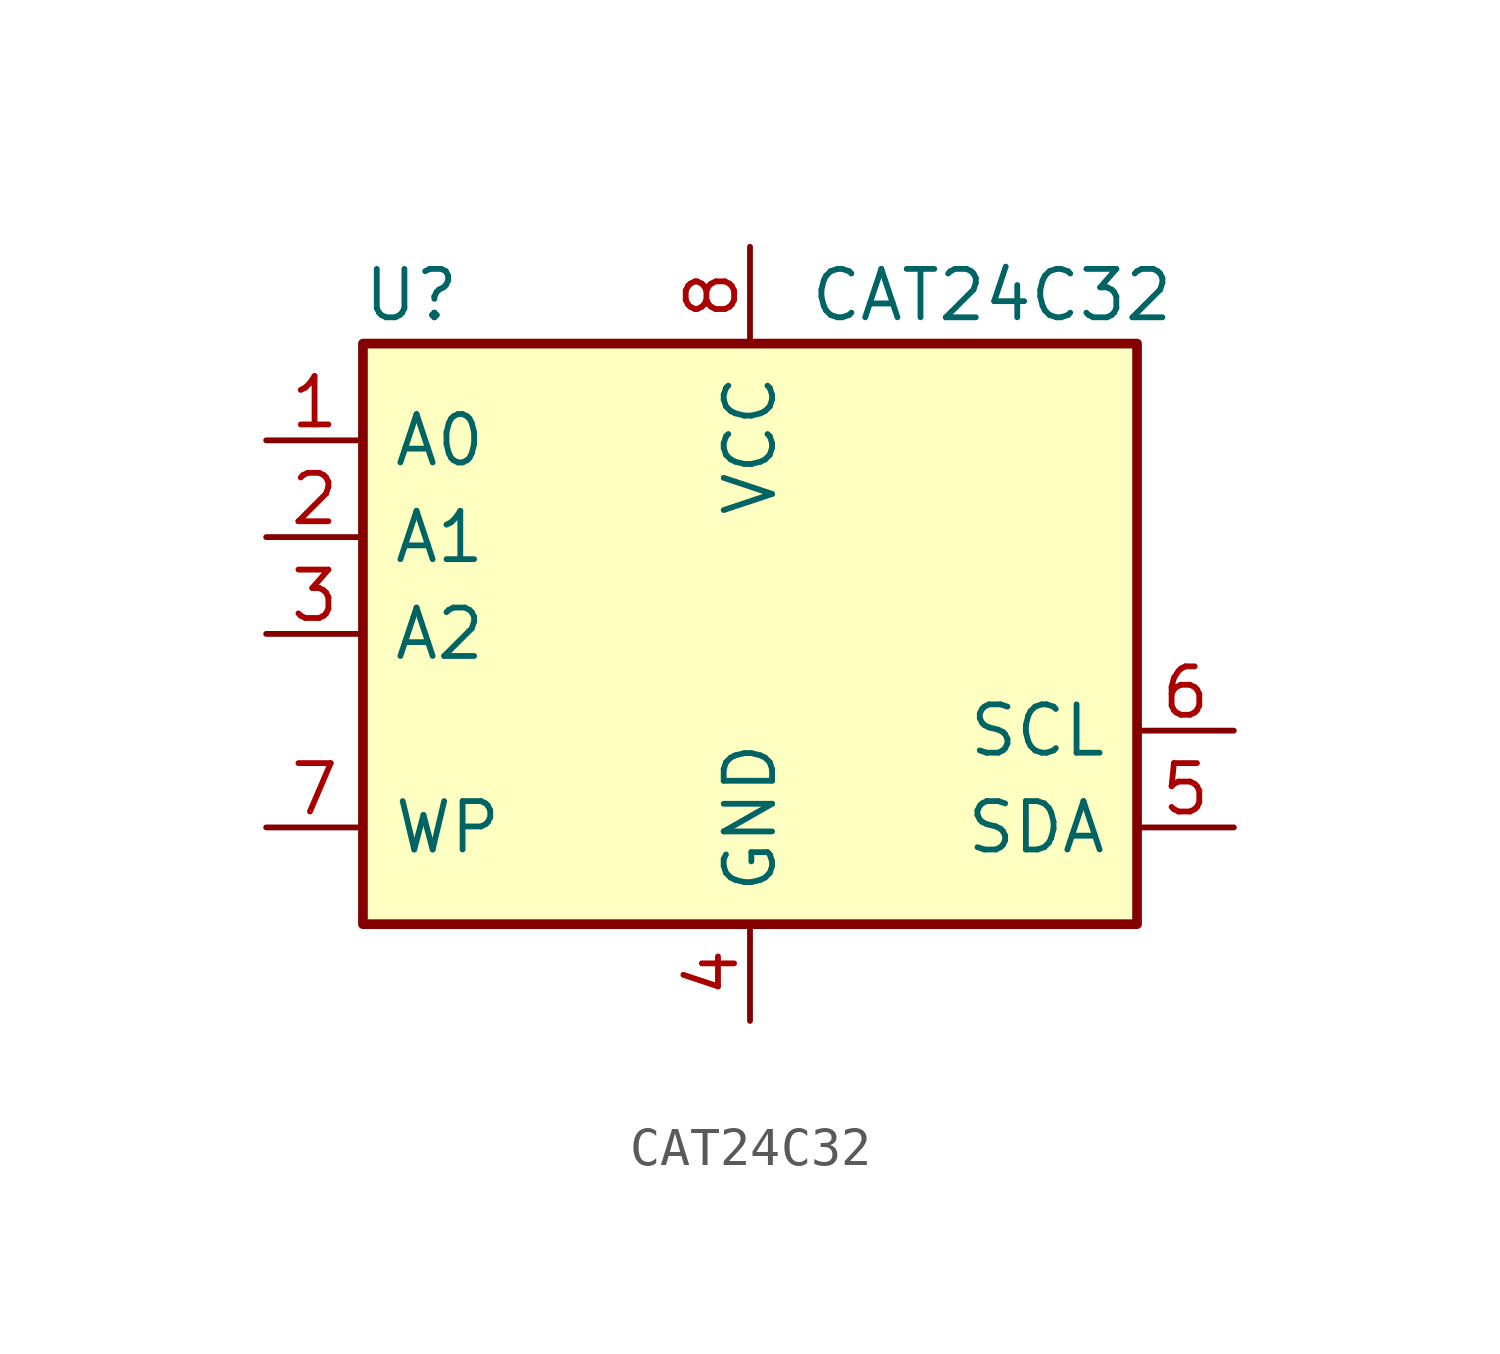
<source format=kicad_sym>
(kicad_symbol_lib
  (version 20211014)
  (generator kicad_symbol_editor)
  (symbol "CAT24C32"
    (pin_names
      (offset 0.762))
    (property "Reference" "U"
      (at -8.89 8.89 0)
      (effects (font (size 1.27 1.27))))
    (property "Value" "CAT24C32"
      (at 6.35 8.89 0)
      (effects (font (size 1.27 1.27))))
    (property "Footprint" ""
      (at 0 0 0)
      (effects (font (size 1.27 1.27))))
    (property "Datasheet" ""
      (at 0 0 0)
      (effects (font (size 1.27 1.27))))
    (symbol "CAT24C32_0_0"
      (pin power_in line (at 0 -10.16 90) (length 2.54) (name "GND" (effects (font (size 1.27 1.27)))) (number "4" (effects (font (size 1.27 1.27)))))
      (pin power_in line (at 0 10.16 270) (length 2.54) (name "VCC" (effects (font (size 1.27 1.27)))) (number "8" (effects (font (size 1.27 1.27))))))
    (symbol "CAT24C32_1_1"
      (rectangle (start -10.16 -7.62) (end 10.16 7.62) (stroke (width 0.254) (type default) (color 0 0 0 0)) (fill (type background)))
      (pin input line (at -12.7 5.08 0) (length 2.54) (name "A0" (effects (font (size 1.27 1.27)))) (number "1" (effects (font (size 1.27 1.27)))))
      (pin input line (at -12.7 2.54 0) (length 2.54) (name "A1" (effects (font (size 1.27 1.27)))) (number "2" (effects (font (size 1.27 1.27)))))
      (pin input line (at -12.7 0 0) (length 2.54) (name "A2" (effects (font (size 1.27 1.27)))) (number "3" (effects (font (size 1.27 1.27)))))
      (pin bidirectional line (at 12.7 -5.08 180) (length 2.54) (name "SDA" (effects (font (size 1.27 1.27)))) (number "5" (effects (font (size 1.27 1.27)))))
      (pin input line (at 12.7 -2.54 180) (length 2.54) (name "SCL" (effects (font (size 1.27 1.27)))) (number "6" (effects (font (size 1.27 1.27)))))
      (pin input line (at -12.7 -5.08 0) (length 2.54) (name "WP" (effects (font (size 1.27 1.27)))) (number "7" (effects (font (size 1.27 1.27))))))))
</source>
